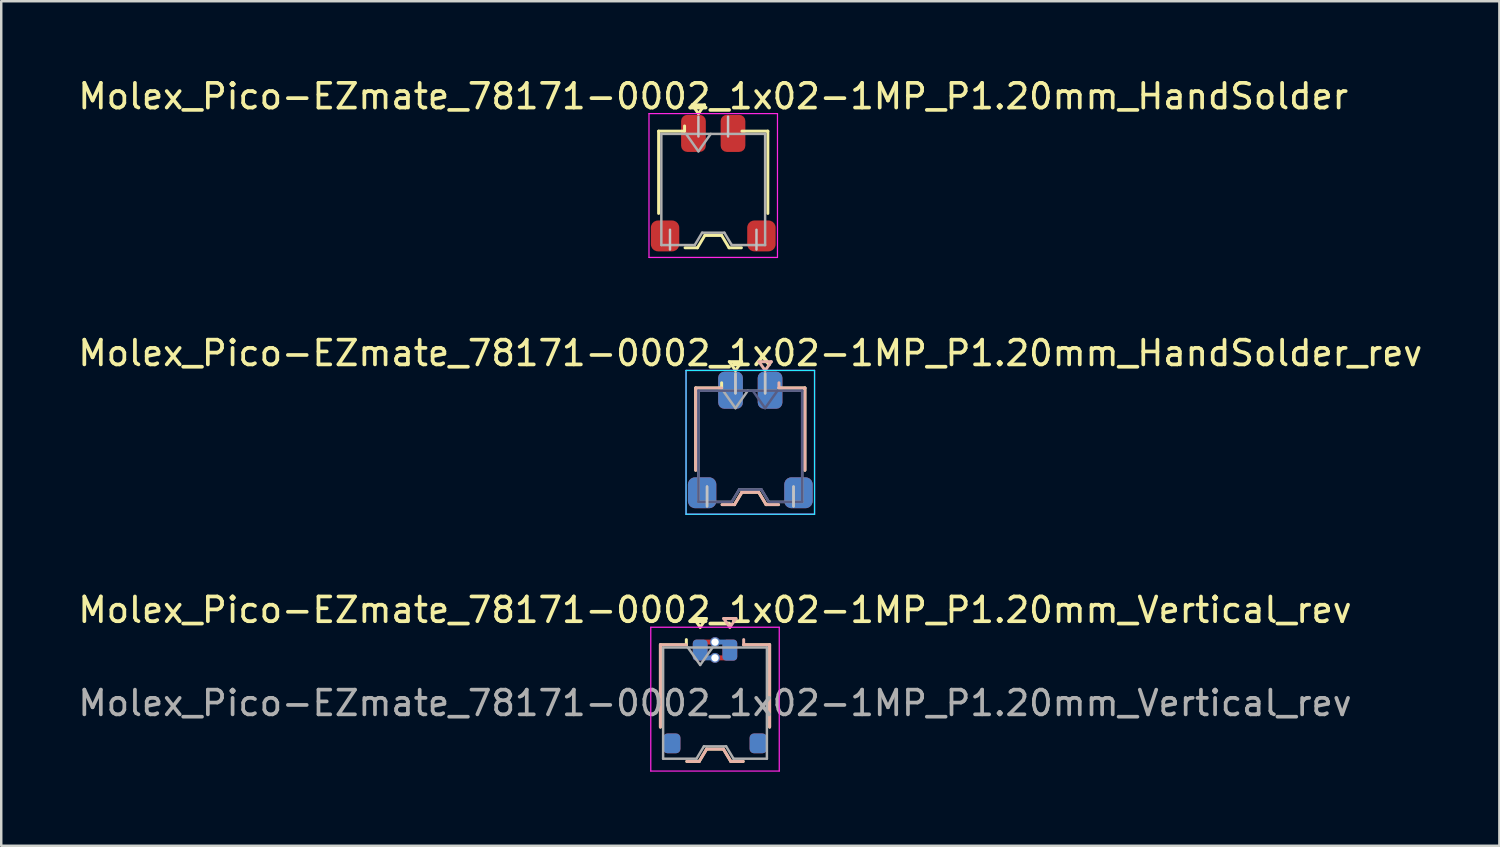
<source format=kicad_pcb>
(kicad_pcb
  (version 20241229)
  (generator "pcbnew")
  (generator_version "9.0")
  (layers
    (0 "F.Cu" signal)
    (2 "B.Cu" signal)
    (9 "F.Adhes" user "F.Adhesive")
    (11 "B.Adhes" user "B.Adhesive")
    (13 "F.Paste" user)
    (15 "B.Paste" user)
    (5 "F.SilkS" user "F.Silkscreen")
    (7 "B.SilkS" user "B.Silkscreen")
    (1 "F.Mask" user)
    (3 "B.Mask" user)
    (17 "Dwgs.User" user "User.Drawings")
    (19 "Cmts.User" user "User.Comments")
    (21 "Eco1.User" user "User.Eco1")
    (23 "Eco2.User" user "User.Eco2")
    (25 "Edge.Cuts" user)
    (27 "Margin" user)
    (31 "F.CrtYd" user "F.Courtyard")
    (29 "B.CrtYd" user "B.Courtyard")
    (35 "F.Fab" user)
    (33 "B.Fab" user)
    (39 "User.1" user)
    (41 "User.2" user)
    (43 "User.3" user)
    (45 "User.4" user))
  (footprint "Molex_Pico-EZmate_78171-0002_1x02-1MP_P1.20mm_Vertical_rev"
    (layer "F.Cu")
    (at 25.887 25.135)
    (property "Reference" "Molex_Pico-EZmate_78171-0002_1x02-1MP_P1.20mm_Vertical_rev" (at 0 -3.5 0) (layer "F.SilkS") (effects (font (size 1 1) (thickness 0.15))))
    (attr smd)
    (fp_line (start -2.21 -2.09) (end -1.16 -2.09) (stroke (width 0.12) (type solid)) (layer "F.SilkS"))
    (fp_line (start -2.21 1.24) (end -2.21 -2.09) (stroke (width 0.12) (type solid)) (layer "F.SilkS"))
    (fp_line (start -1.16 -2.09) (end -1.16 -2.3) (stroke (width 0.12) (type solid)) (layer "F.SilkS"))
    (fp_line (start -1.14 2.63) (end -0.64 2.63) (stroke (width 0.12) (type solid)) (layer "F.SilkS"))
    (fp_line (start -0.85 -3.154) (end -0.6 -2.8) (stroke (width 0.12) (type solid)) (layer "F.SilkS"))
    (fp_line (start -0.64 2.63) (end -0.34 2.13) (stroke (width 0.12) (type solid)) (layer "F.SilkS"))
    (fp_line (start -0.6 -2.8) (end -0.35 -3.154) (stroke (width 0.12) (type solid)) (layer "F.SilkS"))
    (fp_line (start -0.35 -3.154) (end -0.85 -3.154) (stroke (width 0.12) (type solid)) (layer "F.SilkS"))
    (fp_line (start -0.34 2.13) (end 0.34 2.13) (stroke (width 0.12) (type solid)) (layer "F.SilkS"))
    (fp_line (start 0.34 2.13) (end 0.64 2.63) (stroke (width 0.12) (type solid)) (layer "F.SilkS"))
    (fp_line (start 0.64 2.63) (end 1.14 2.63) (stroke (width 0.12) (type solid)) (layer "F.SilkS"))
    (fp_line (start 2.21 -2.09) (end 1.16 -2.09) (stroke (width 0.12) (type solid)) (layer "F.SilkS"))
    (fp_line (start 2.21 1.24) (end 2.21 -2.09) (stroke (width 0.12) (type solid)) (layer "F.SilkS"))
    (fp_line (start -2.21 -2.09) (end -1.16 -2.09) (stroke (width 0.12) (type solid)) (layer "B.SilkS"))
    (fp_line (start -2.21 1.24) (end -2.21 -2.09) (stroke (width 0.12) (type solid)) (layer "B.SilkS"))
    (fp_line (start -0.64 2.63) (end -1.14 2.63) (stroke (width 0.12) (type solid)) (layer "B.SilkS"))
    (fp_line (start -0.34 2.13) (end -0.64 2.63) (stroke (width 0.12) (type solid)) (layer "B.SilkS"))
    (fp_line (start 0.34 2.13) (end -0.34 2.13) (stroke (width 0.12) (type solid)) (layer "B.SilkS"))
    (fp_line (start 0.35 -3.154) (end 0.85 -3.154) (stroke (width 0.12) (type solid)) (layer "B.SilkS"))
    (fp_line (start 0.6 -2.8) (end 0.35 -3.154) (stroke (width 0.12) (type solid)) (layer "B.SilkS"))
    (fp_line (start 0.64 2.63) (end 0.34 2.13) (stroke (width 0.12) (type solid)) (layer "B.SilkS"))
    (fp_line (start 0.85 -3.154) (end 0.6 -2.8) (stroke (width 0.12) (type solid)) (layer "B.SilkS"))
    (fp_line (start 1.14 2.63) (end 0.64 2.63) (stroke (width 0.12) (type solid)) (layer "B.SilkS"))
    (fp_line (start 1.16 -2.09) (end 1.16 -2.3) (stroke (width 0.12) (type solid)) (layer "B.SilkS"))
    (fp_line (start 2.21 -2.09) (end 1.16 -2.09) (stroke (width 0.12) (type solid)) (layer "B.SilkS"))
    (fp_line (start 2.21 1.24) (end 2.21 -2.09) (stroke (width 0.12) (type solid)) (layer "B.SilkS"))
    (fp_line (start -2.6 -2.8) (end -2.6 3.02) (stroke (width 0.05) (type solid)) (layer "F.CrtYd"))
    (fp_line (start -2.6 3.02) (end 2.6 3.02) (stroke (width 0.05) (type solid)) (layer "F.CrtYd"))
    (fp_line (start 2.6 -2.8) (end -2.6 -2.8) (stroke (width 0.05) (type solid)) (layer "F.CrtYd"))
    (fp_line (start 2.6 3.02) (end 2.6 -2.8) (stroke (width 0.05) (type solid)) (layer "F.CrtYd"))
    (fp_line (start -2.1 -1.98) (end -2.1 2.52) (stroke (width 0.1) (type solid)) (layer "F.Fab"))
    (fp_line (start -2.1 -1.98) (end 2.1 -1.98) (stroke (width 0.1) (type solid)) (layer "F.Fab"))
    (fp_line (start -2.1 2.52) (end -0.75 2.52) (stroke (width 0.1) (type solid)) (layer "F.Fab"))
    (fp_line (start -1.1 -1.98) (end -0.6 -1.273) (stroke (width 0.1) (type solid)) (layer "F.Fab"))
    (fp_line (start -0.75 2.52) (end -0.45 2.02) (stroke (width 0.1) (type solid)) (layer "F.Fab"))
    (fp_line (start -0.6 -1.273) (end -0.1 -1.98) (stroke (width 0.1) (type solid)) (layer "F.Fab"))
    (fp_line (start -0.45 2.02) (end 0.45 2.02) (stroke (width 0.1) (type solid)) (layer "F.Fab"))
    (fp_line (start 0.45 2.02) (end 0.75 2.52) (stroke (width 0.1) (type solid)) (layer "F.Fab"))
    (fp_line (start 0.75 2.52) (end 2.1 2.52) (stroke (width 0.1) (type solid)) (layer "F.Fab"))
    (fp_line (start 2.1 -1.98) (end 2.1 2.52) (stroke (width 0.1) (type solid)) (layer "F.Fab"))
    (fp_text user "${REFERENCE}" (at 0 0.27 0) (layer "F.Fab") (effects (font (size 1 1) (thickness 0.15))))
    (pad "1" smd roundrect (at -0.6 -1.875) (size 0.6 0.85) (layers "F.Cu" "F.Mask" "F.Paste") (roundrect_rratio 0.25))
    (pad "1" smd roundrect (at -0.28 -2.2) (size 0.3 0.2) (layers "F.Cu" "F.Mask" "F.Paste") (roundrect_rratio 0.25))
    (pad "1" thru_hole circle (at 0 -2.2) (size 0.4 0.4) (drill 0.3) (layers "*.Cu" "*.Mask"))
    (pad "1" smd roundrect (at 0.28 -2.2) (size 0.3 0.2) (layers "B.Cu" "B.Mask" "B.Paste") (roundrect_rratio 0.25))
    (pad "1" smd roundrect (at 0.6 -1.875) (size 0.6 0.85) (layers "B.Cu" "B.Mask" "B.Paste") (roundrect_rratio 0.25))
    (pad "2" smd roundrect (at -0.6 -1.875) (size 0.6 0.85) (layers "B.Cu" "B.Mask" "B.Paste") (roundrect_rratio 0.25))
    (pad "2" smd roundrect (at -0.28 -1.56) (size 0.3 0.2) (layers "B.Cu" "B.Mask" "B.Paste") (roundrect_rratio 0.25))
    (pad "2" thru_hole circle (at 0 -1.56) (size 0.4 0.4) (drill 0.3) (layers "*.Cu" "*.Mask"))
    (pad "2" smd roundrect (at 0.28 -1.56) (size 0.3 0.2) (layers "F.Cu" "F.Mask" "F.Paste") (roundrect_rratio 0.25))
    (pad "2" smd roundrect (at 0.6 -1.875) (size 0.6 0.85) (layers "F.Cu" "F.Mask" "F.Paste") (roundrect_rratio 0.25))
    (pad "MP" smd roundrect (at -1.75 1.9) (size 0.7 0.8) (layers "F.Cu" "F.Mask" "F.Paste") (roundrect_rratio 0.25))
    (pad "MP" smd roundrect (at -1.75 1.9) (size 0.7 0.8) (layers "B.Cu" "B.Mask" "B.Paste") (roundrect_rratio 0.25))
    (pad "MP" smd roundrect (at 1.75 1.9) (size 0.7 0.8) (layers "F.Cu" "F.Mask" "F.Paste") (roundrect_rratio 0.25))
    (pad "MP" smd roundrect (at 1.75 1.9) (size 0.7 0.8) (layers "B.Cu" "B.Mask" "B.Paste") (roundrect_rratio 0.25)))
  (footprint "Molex_Pico-EZmate_78171-0002_1x02-1MP_P1.20mm_HandSolder"
    (layer "F.Cu")
    (at 25.815 4.348)
    (property "Reference" "Molex_Pico-EZmate_78171-0002_1x02-1MP_P1.20mm_HandSolder" (at 0 -3.5 0) (layer "F.SilkS") (effects (font (size 1 1) (thickness 0.15))))
    (attr smd)
    (fp_line (start -2.21 -2.09) (end -1.16 -2.09) (stroke (width 0.12) (type solid)) (layer "F.SilkS"))
    (fp_line (start -2.21 1.24) (end -2.21 -2.09) (stroke (width 0.12) (type solid)) (layer "F.SilkS"))
    (fp_line (start -1.16 -2.09) (end -1.16 -2.3) (stroke (width 0.12) (type solid)) (layer "F.SilkS"))
    (fp_line (start -1.14 2.63) (end -0.64 2.63) (stroke (width 0.12) (type solid)) (layer "F.SilkS"))
    (fp_line (start -0.85 -3.154) (end -0.6 -2.8) (stroke (width 0.12) (type solid)) (layer "F.SilkS"))
    (fp_line (start -0.64 2.63) (end -0.34 2.13) (stroke (width 0.12) (type solid)) (layer "F.SilkS"))
    (fp_line (start -0.6 -2.8) (end -0.35 -3.154) (stroke (width 0.12) (type solid)) (layer "F.SilkS"))
    (fp_line (start -0.35 -3.154) (end -0.85 -3.154) (stroke (width 0.12) (type solid)) (layer "F.SilkS"))
    (fp_line (start -0.34 2.13) (end 0.34 2.13) (stroke (width 0.12) (type solid)) (layer "F.SilkS"))
    (fp_line (start 0.34 2.13) (end 0.64 2.63) (stroke (width 0.12) (type solid)) (layer "F.SilkS"))
    (fp_line (start 0.64 2.63) (end 1.14 2.63) (stroke (width 0.12) (type solid)) (layer "F.SilkS"))
    (fp_line (start 2.21 -2.09) (end 1.16 -2.09) (stroke (width 0.12) (type solid)) (layer "F.SilkS"))
    (fp_line (start 2.21 1.24) (end 2.21 -2.09) (stroke (width 0.12) (type solid)) (layer "F.SilkS"))
    (fp_line (start -1.75 1.9) (end -1.75 2.7) (stroke (width 0.1) (type default)) (layer "Dwgs.User"))
    (fp_line (start -0.6 -1.875) (end -0.6 -2.675) (stroke (width 0.1) (type default)) (layer "Dwgs.User"))
    (fp_line (start 0.6 -1.875) (end 0.6 -2.675) (stroke (width 0.1) (type default)) (layer "Dwgs.User"))
    (fp_line (start 1.75 1.9) (end 1.75 2.7) (stroke (width 0.1) (type default)) (layer "Dwgs.User"))
    (fp_line (start -2.6 -2.8) (end -2.6 3.02) (stroke (width 0.05) (type solid)) (layer "F.CrtYd"))
    (fp_line (start -2.6 3.02) (end 2.6 3.02) (stroke (width 0.05) (type solid)) (layer "F.CrtYd"))
    (fp_line (start 2.6 -2.8) (end -2.6 -2.8) (stroke (width 0.05) (type solid)) (layer "F.CrtYd"))
    (fp_line (start 2.6 3.02) (end 2.6 -2.8) (stroke (width 0.05) (type solid)) (layer "F.CrtYd"))
    (fp_line (start -2.1 -1.98) (end -2.1 2.52) (stroke (width 0.1) (type solid)) (layer "F.Fab"))
    (fp_line (start -2.1 -1.98) (end 2.1 -1.98) (stroke (width 0.1) (type solid)) (layer "F.Fab"))
    (fp_line (start -2.1 2.52) (end -0.75 2.52) (stroke (width 0.1) (type solid)) (layer "F.Fab"))
    (fp_line (start -1.1 -1.98) (end -0.6 -1.273) (stroke (width 0.1) (type solid)) (layer "F.Fab"))
    (fp_line (start -0.75 2.52) (end -0.45 2.02) (stroke (width 0.1) (type solid)) (layer "F.Fab"))
    (fp_line (start -0.6 -1.273) (end -0.1 -1.98) (stroke (width 0.1) (type solid)) (layer "F.Fab"))
    (fp_line (start -0.45 2.02) (end 0.45 2.02) (stroke (width 0.1) (type solid)) (layer "F.Fab"))
    (fp_line (start 0.45 2.02) (end 0.75 2.52) (stroke (width 0.1) (type solid)) (layer "F.Fab"))
    (fp_line (start 0.75 2.52) (end 2.1 2.52) (stroke (width 0.1) (type solid)) (layer "F.Fab"))
    (fp_line (start 2.1 -1.98) (end 2.1 2.52) (stroke (width 0.1) (type solid)) (layer "F.Fab"))
    (pad "1" smd roundrect (at -0.8 -2) (size 1 1.5) (layers "F.Cu" "F.Mask" "F.Paste") (roundrect_rratio 0.25))
    (pad "2" smd roundrect (at 0.8 -2) (size 1 1.5) (layers "F.Cu" "F.Mask" "F.Paste") (roundrect_rratio 0.25))
    (pad "MP" smd roundrect (at -1.95 2.15) (size 1.15 1.25) (layers "F.Cu" "F.Mask" "F.Paste") (roundrect_rratio 0.25))
    (pad "MP" smd roundrect (at 1.95 2.15) (size 1.15 1.25) (layers "F.Cu" "F.Mask" "F.Paste") (roundrect_rratio 0.25)))
  (footprint "Molex_Pico-EZmate_78171-0002_1x02-1MP_P1.20mm_HandSolder_rev"
    (layer "F.Cu")
    (at 27.315 14.742)
    (property "Reference" "Molex_Pico-EZmate_78171-0002_1x02-1MP_P1.20mm_HandSolder_rev" (at 0 -3.5 0) (layer "F.SilkS") (effects (font (size 1 1) (thickness 0.15))))
    (attr smd)
    (fp_line (start -2.21 -2.09) (end -1.16 -2.09) (stroke (width 0.12) (type solid)) (layer "F.SilkS"))
    (fp_line (start -2.21 1.24) (end -2.21 -2.09) (stroke (width 0.12) (type solid)) (layer "F.SilkS"))
    (fp_line (start -1.16 -2.09) (end -1.16 -2.3) (stroke (width 0.12) (type solid)) (layer "F.SilkS"))
    (fp_line (start -1.14 2.63) (end -0.64 2.63) (stroke (width 0.12) (type solid)) (layer "F.SilkS"))
    (fp_line (start -0.85 -3.154) (end -0.6 -2.8) (stroke (width 0.12) (type solid)) (layer "F.SilkS"))
    (fp_line (start -0.64 2.63) (end -0.34 2.13) (stroke (width 0.12) (type solid)) (layer "F.SilkS"))
    (fp_line (start -0.6 -2.8) (end -0.35 -3.154) (stroke (width 0.12) (type solid)) (layer "F.SilkS"))
    (fp_line (start -0.35 -3.154) (end -0.85 -3.154) (stroke (width 0.12) (type solid)) (layer "F.SilkS"))
    (fp_line (start -0.34 2.13) (end 0.34 2.13) (stroke (width 0.12) (type solid)) (layer "F.SilkS"))
    (fp_line (start 0.34 2.13) (end 0.64 2.63) (stroke (width 0.12) (type solid)) (layer "F.SilkS"))
    (fp_line (start 0.64 2.63) (end 1.14 2.63) (stroke (width 0.12) (type solid)) (layer "F.SilkS"))
    (fp_line (start 2.21 -2.09) (end 1.16 -2.09) (stroke (width 0.12) (type solid)) (layer "F.SilkS"))
    (fp_line (start 2.21 1.24) (end 2.21 -2.09) (stroke (width 0.12) (type solid)) (layer "F.SilkS"))
    (fp_line (start -2.21 -2.09) (end -1.16 -2.09) (stroke (width 0.12) (type solid)) (layer "B.SilkS"))
    (fp_line (start -2.21 1.24) (end -2.21 -2.09) (stroke (width 0.12) (type solid)) (layer "B.SilkS"))
    (fp_line (start -0.64 2.63) (end -1.14 2.63) (stroke (width 0.12) (type solid)) (layer "B.SilkS"))
    (fp_line (start -0.34 2.13) (end -0.64 2.63) (stroke (width 0.12) (type solid)) (layer "B.SilkS"))
    (fp_line (start 0.34 2.13) (end -0.34 2.13) (stroke (width 0.12) (type solid)) (layer "B.SilkS"))
    (fp_line (start 0.35 -3.154) (end 0.85 -3.154) (stroke (width 0.12) (type solid)) (layer "B.SilkS"))
    (fp_line (start 0.6 -2.8) (end 0.35 -3.154) (stroke (width 0.12) (type solid)) (layer "B.SilkS"))
    (fp_line (start 0.64 2.63) (end 0.34 2.13) (stroke (width 0.12) (type solid)) (layer "B.SilkS"))
    (fp_line (start 0.85 -3.154) (end 0.6 -2.8) (stroke (width 0.12) (type solid)) (layer "B.SilkS"))
    (fp_line (start 1.14 2.63) (end 0.64 2.63) (stroke (width 0.12) (type solid)) (layer "B.SilkS"))
    (fp_line (start 1.16 -2.09) (end 1.16 -2.3) (stroke (width 0.12) (type solid)) (layer "B.SilkS"))
    (fp_line (start 2.21 -2.09) (end 1.16 -2.09) (stroke (width 0.12) (type solid)) (layer "B.SilkS"))
    (fp_line (start 2.21 1.24) (end 2.21 -2.09) (stroke (width 0.12) (type solid)) (layer "B.SilkS"))
    (fp_line (start -1.75 1.9) (end -1.75 2.7) (stroke (width 0.1) (type default)) (layer "Dwgs.User"))
    (fp_line (start -1.75 1.9) (end -1.75 2.7) (stroke (width 0.1) (type default)) (layer "Dwgs.User"))
    (fp_line (start -0.6 -1.875) (end -0.6 -2.675) (stroke (width 0.1) (type default)) (layer "Dwgs.User"))
    (fp_line (start -0.6 -1.875) (end -0.6 -2.675) (stroke (width 0.1) (type default)) (layer "Dwgs.User"))
    (fp_line (start 0.6 -1.875) (end 0.6 -2.675) (stroke (width 0.1) (type default)) (layer "Dwgs.User"))
    (fp_line (start 0.6 -1.875) (end 0.6 -2.675) (stroke (width 0.1) (type default)) (layer "Dwgs.User"))
    (fp_line (start 1.75 1.9) (end 1.75 2.7) (stroke (width 0.1) (type default)) (layer "Dwgs.User"))
    (fp_line (start 1.75 1.9) (end 1.75 2.7) (stroke (width 0.1) (type default)) (layer "Dwgs.User"))
    (fp_line (start -2.6 -2.8) (end 2.6 -2.8) (stroke (width 0.05) (type solid)) (layer "B.CrtYd"))
    (fp_line (start -2.6 3.02) (end -2.6 -2.8) (stroke (width 0.05) (type solid)) (layer "B.CrtYd"))
    (fp_line (start 2.6 -2.8) (end 2.6 3.02) (stroke (width 0.05) (type solid)) (layer "B.CrtYd"))
    (fp_line (start 2.6 3.02) (end -2.6 3.02) (stroke (width 0.05) (type solid)) (layer "B.CrtYd"))
    (fp_line (start -2.6 -2.8) (end -2.6 3.02) (stroke (width 0.05) (type solid)) (layer "F.CrtYd"))
    (fp_line (start -2.6 3.02) (end 2.6 3.02) (stroke (width 0.05) (type solid)) (layer "F.CrtYd"))
    (fp_line (start 2.6 -2.8) (end -2.6 -2.8) (stroke (width 0.05) (type solid)) (layer "F.CrtYd"))
    (fp_line (start 2.6 3.02) (end 2.6 -2.8) (stroke (width 0.05) (type solid)) (layer "F.CrtYd"))
    (fp_line (start -2.1 -1.98) (end -2.1 2.52) (stroke (width 0.1) (type solid)) (layer "B.Fab"))
    (fp_line (start -0.75 2.52) (end -2.1 2.52) (stroke (width 0.1) (type solid)) (layer "B.Fab"))
    (fp_line (start -0.45 2.02) (end -0.75 2.52) (stroke (width 0.1) (type solid)) (layer "B.Fab"))
    (fp_line (start 0.45 2.02) (end -0.45 2.02) (stroke (width 0.1) (type solid)) (layer "B.Fab"))
    (fp_line (start 0.6 -1.273) (end 0.1 -1.98) (stroke (width 0.1) (type solid)) (layer "B.Fab"))
    (fp_line (start 0.75 2.52) (end 0.45 2.02) (stroke (width 0.1) (type solid)) (layer "B.Fab"))
    (fp_line (start 1.1 -1.98) (end 0.6 -1.273) (stroke (width 0.1) (type solid)) (layer "B.Fab"))
    (fp_line (start 2.1 -1.98) (end -2.1 -1.98) (stroke (width 0.1) (type solid)) (layer "B.Fab"))
    (fp_line (start 2.1 -1.98) (end 2.1 2.52) (stroke (width 0.1) (type solid)) (layer "B.Fab"))
    (fp_line (start 2.1 2.52) (end 0.75 2.52) (stroke (width 0.1) (type solid)) (layer "B.Fab"))
    (fp_line (start -2.1 -1.98) (end -2.1 2.52) (stroke (width 0.1) (type solid)) (layer "F.Fab"))
    (fp_line (start -2.1 -1.98) (end 2.1 -1.98) (stroke (width 0.1) (type solid)) (layer "F.Fab"))
    (fp_line (start -2.1 2.52) (end -0.75 2.52) (stroke (width 0.1) (type solid)) (layer "F.Fab"))
    (fp_line (start -1.1 -1.98) (end -0.6 -1.273) (stroke (width 0.1) (type solid)) (layer "F.Fab"))
    (fp_line (start -0.75 2.52) (end -0.45 2.02) (stroke (width 0.1) (type solid)) (layer "F.Fab"))
    (fp_line (start -0.6 -1.273) (end -0.1 -1.98) (stroke (width 0.1) (type solid)) (layer "F.Fab"))
    (fp_line (start -0.45 2.02) (end 0.45 2.02) (stroke (width 0.1) (type solid)) (layer "F.Fab"))
    (fp_line (start 0.45 2.02) (end 0.75 2.52) (stroke (width 0.1) (type solid)) (layer "F.Fab"))
    (fp_line (start 0.75 2.52) (end 2.1 2.52) (stroke (width 0.1) (type solid)) (layer "F.Fab"))
    (fp_line (start 2.1 -1.98) (end 2.1 2.52) (stroke (width 0.1) (type solid)) (layer "F.Fab"))
    (pad "1" smd roundrect (at -0.8 -2) (size 1 1.5) (layers "F.Cu" "F.Mask" "F.Paste") (roundrect_rratio 0.25))
    (pad "1" smd roundrect (at 0.8 -2) (size 1 1.5) (layers "B.Cu" "B.Mask" "B.Paste") (roundrect_rratio 0.25))
    (pad "2" smd roundrect (at -0.8 -2) (size 1 1.5) (layers "B.Cu" "B.Mask" "B.Paste") (roundrect_rratio 0.25))
    (pad "2" smd roundrect (at 0.8 -2) (size 1 1.5) (layers "F.Cu" "F.Mask" "F.Paste") (roundrect_rratio 0.25))
    (pad "MP" smd roundrect (at -1.95 2.15) (size 1.15 1.25) (layers "F.Cu" "F.Mask" "F.Paste") (roundrect_rratio 0.25))
    (pad "MP" smd roundrect (at -1.95 2.15) (size 1.15 1.25) (layers "B.Cu" "B.Mask" "B.Paste") (roundrect_rratio 0.25))
    (pad "MP" smd roundrect (at 1.95 2.15) (size 1.15 1.25) (layers "F.Cu" "F.Mask" "F.Paste") (roundrect_rratio 0.25))
    (pad "MP" smd roundrect (at 1.95 2.15) (size 1.15 1.25) (layers "B.Cu" "B.Mask" "B.Paste") (roundrect_rratio 0.25)))
  (gr_rect
    (start -3 -3)
    (end 57.631 31.18)
    (stroke (width 0.1) (type default))
    (fill no)
    (layer "Edge.Cuts")))
</source>
